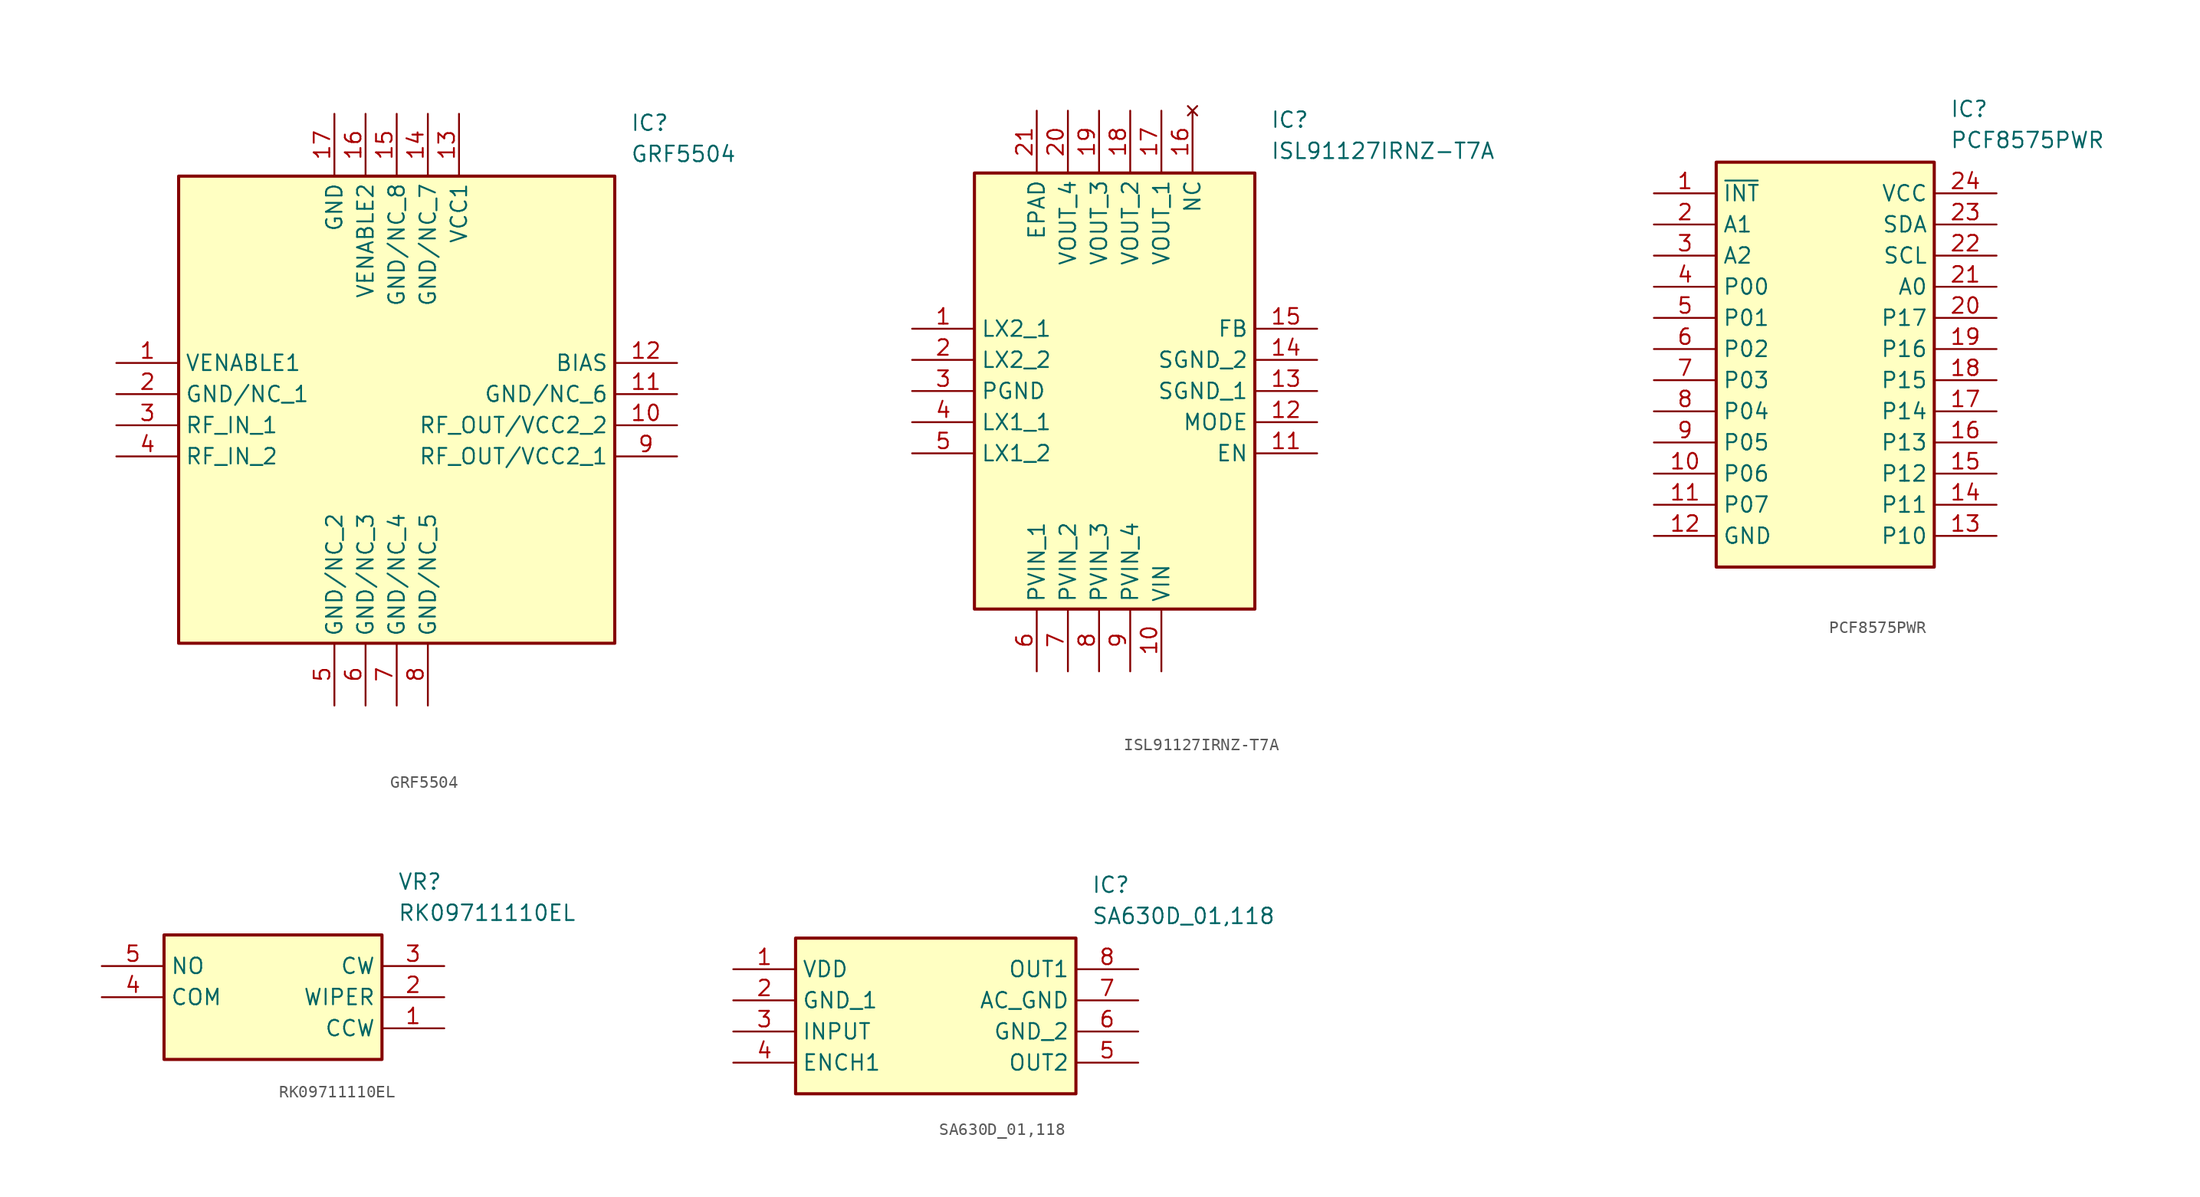
<source format=kicad_sym>
(kicad_symbol_lib
  (version 20231120)
  (generator "kicad_symbol_editor")
  (generator_version "8.0")
  (symbol "GRF5504"
    (property "Reference" "IC"
      (at 41.91 20.32 0)
      (effects (font (size 1.27 1.27)) (justify left top)))
    (property "Value" "GRF5504"
      (at 41.91 17.78 0)
      (effects (font (size 1.27 1.27)) (justify left top)))
    (symbol "GRF5504_1_1"
      (rectangle (start 5.08 15.24) (end 40.64 -22.86) (stroke (width 0.254) (type default)) (fill (type background)))
      (pin passive line (at 0 0 0) (length 5.08) (name "VENABLE1" (effects (font (size 1.27 1.27)))) (number "1" (effects (font (size 1.27 1.27)))))
      (pin passive line (at 45.72 -5.08 180) (length 5.08) (name "RF_OUT/VCC2_2" (effects (font (size 1.27 1.27)))) (number "10" (effects (font (size 1.27 1.27)))))
      (pin passive line (at 45.72 -2.54 180) (length 5.08) (name "GND/NC_6" (effects (font (size 1.27 1.27)))) (number "11" (effects (font (size 1.27 1.27)))))
      (pin passive line (at 45.72 0 180) (length 5.08) (name "BIAS" (effects (font (size 1.27 1.27)))) (number "12" (effects (font (size 1.27 1.27)))))
      (pin passive line (at 27.94 20.32 270) (length 5.08) (name "VCC1" (effects (font (size 1.27 1.27)))) (number "13" (effects (font (size 1.27 1.27)))))
      (pin passive line (at 25.4 20.32 270) (length 5.08) (name "GND/NC_7" (effects (font (size 1.27 1.27)))) (number "14" (effects (font (size 1.27 1.27)))))
      (pin passive line (at 22.86 20.32 270) (length 5.08) (name "GND/NC_8" (effects (font (size 1.27 1.27)))) (number "15" (effects (font (size 1.27 1.27)))))
      (pin passive line (at 20.32 20.32 270) (length 5.08) (name "VENABLE2" (effects (font (size 1.27 1.27)))) (number "16" (effects (font (size 1.27 1.27)))))
      (pin passive line (at 17.78 20.32 270) (length 5.08) (name "GND" (effects (font (size 1.27 1.27)))) (number "17" (effects (font (size 1.27 1.27)))))
      (pin passive line (at 0 -2.54 0) (length 5.08) (name "GND/NC_1" (effects (font (size 1.27 1.27)))) (number "2" (effects (font (size 1.27 1.27)))))
      (pin passive line (at 0 -5.08 0) (length 5.08) (name "RF_IN_1" (effects (font (size 1.27 1.27)))) (number "3" (effects (font (size 1.27 1.27)))))
      (pin passive line (at 0 -7.62 0) (length 5.08) (name "RF_IN_2" (effects (font (size 1.27 1.27)))) (number "4" (effects (font (size 1.27 1.27)))))
      (pin passive line (at 17.78 -27.94 90) (length 5.08) (name "GND/NC_2" (effects (font (size 1.27 1.27)))) (number "5" (effects (font (size 1.27 1.27)))))
      (pin passive line (at 20.32 -27.94 90) (length 5.08) (name "GND/NC_3" (effects (font (size 1.27 1.27)))) (number "6" (effects (font (size 1.27 1.27)))))
      (pin passive line (at 22.86 -27.94 90) (length 5.08) (name "GND/NC_4" (effects (font (size 1.27 1.27)))) (number "7" (effects (font (size 1.27 1.27)))))
      (pin passive line (at 25.4 -27.94 90) (length 5.08) (name "GND/NC_5" (effects (font (size 1.27 1.27)))) (number "8" (effects (font (size 1.27 1.27)))))
      (pin passive line (at 45.72 -7.62 180) (length 5.08) (name "RF_OUT/VCC2_1" (effects (font (size 1.27 1.27)))) (number "9" (effects (font (size 1.27 1.27)))))))
  (symbol "ISL91127IRNZ-T7A"
    (property "Reference" "IC"
      (at 29.21 17.78 0)
      (effects (font (size 1.27 1.27)) (justify left top)))
    (property "Value" "ISL91127IRNZ-T7A"
      (at 29.21 15.24 0)
      (effects (font (size 1.27 1.27)) (justify left top)))
    (symbol "ISL91127IRNZ-T7A_1_1"
      (rectangle (start 5.08 12.7) (end 27.94 -22.86) (stroke (width 0.254) (type default)) (fill (type background)))
      (pin passive line (at 0 0 0) (length 5.08) (name "LX2_1" (effects (font (size 1.27 1.27)))) (number "1" (effects (font (size 1.27 1.27)))))
      (pin passive line (at 20.32 -27.94 90) (length 5.08) (name "VIN" (effects (font (size 1.27 1.27)))) (number "10" (effects (font (size 1.27 1.27)))))
      (pin passive line (at 33.02 -10.16 180) (length 5.08) (name "EN" (effects (font (size 1.27 1.27)))) (number "11" (effects (font (size 1.27 1.27)))))
      (pin passive line (at 33.02 -7.62 180) (length 5.08) (name "MODE" (effects (font (size 1.27 1.27)))) (number "12" (effects (font (size 1.27 1.27)))))
      (pin passive line (at 33.02 -5.08 180) (length 5.08) (name "SGND_1" (effects (font (size 1.27 1.27)))) (number "13" (effects (font (size 1.27 1.27)))))
      (pin passive line (at 33.02 -2.54 180) (length 5.08) (name "SGND_2" (effects (font (size 1.27 1.27)))) (number "14" (effects (font (size 1.27 1.27)))))
      (pin passive line (at 33.02 0 180) (length 5.08) (name "FB" (effects (font (size 1.27 1.27)))) (number "15" (effects (font (size 1.27 1.27)))))
      (pin no_connect line (at 22.86 17.78 270) (length 5.08) (name "NC" (effects (font (size 1.27 1.27)))) (number "16" (effects (font (size 1.27 1.27)))))
      (pin passive line (at 20.32 17.78 270) (length 5.08) (name "VOUT_1" (effects (font (size 1.27 1.27)))) (number "17" (effects (font (size 1.27 1.27)))))
      (pin passive line (at 17.78 17.78 270) (length 5.08) (name "VOUT_2" (effects (font (size 1.27 1.27)))) (number "18" (effects (font (size 1.27 1.27)))))
      (pin passive line (at 15.24 17.78 270) (length 5.08) (name "VOUT_3" (effects (font (size 1.27 1.27)))) (number "19" (effects (font (size 1.27 1.27)))))
      (pin passive line (at 0 -2.54 0) (length 5.08) (name "LX2_2" (effects (font (size 1.27 1.27)))) (number "2" (effects (font (size 1.27 1.27)))))
      (pin passive line (at 12.7 17.78 270) (length 5.08) (name "VOUT_4" (effects (font (size 1.27 1.27)))) (number "20" (effects (font (size 1.27 1.27)))))
      (pin passive line (at 10.16 17.78 270) (length 5.08) (name "EPAD" (effects (font (size 1.27 1.27)))) (number "21" (effects (font (size 1.27 1.27)))))
      (pin passive line (at 0 -5.08 0) (length 5.08) (name "PGND" (effects (font (size 1.27 1.27)))) (number "3" (effects (font (size 1.27 1.27)))))
      (pin passive line (at 0 -7.62 0) (length 5.08) (name "LX1_1" (effects (font (size 1.27 1.27)))) (number "4" (effects (font (size 1.27 1.27)))))
      (pin passive line (at 0 -10.16 0) (length 5.08) (name "LX1_2" (effects (font (size 1.27 1.27)))) (number "5" (effects (font (size 1.27 1.27)))))
      (pin passive line (at 10.16 -27.94 90) (length 5.08) (name "PVIN_1" (effects (font (size 1.27 1.27)))) (number "6" (effects (font (size 1.27 1.27)))))
      (pin passive line (at 12.7 -27.94 90) (length 5.08) (name "PVIN_2" (effects (font (size 1.27 1.27)))) (number "7" (effects (font (size 1.27 1.27)))))
      (pin passive line (at 15.24 -27.94 90) (length 5.08) (name "PVIN_3" (effects (font (size 1.27 1.27)))) (number "8" (effects (font (size 1.27 1.27)))))
      (pin passive line (at 17.78 -27.94 90) (length 5.08) (name "PVIN_4" (effects (font (size 1.27 1.27)))) (number "9" (effects (font (size 1.27 1.27)))))))
  (symbol "PCF8575PWR"
    (property "Reference" "IC"
      (at 24.13 7.62 0)
      (effects (font (size 1.27 1.27)) (justify left top)))
    (property "Value" "PCF8575PWR"
      (at 24.13 5.08 0)
      (effects (font (size 1.27 1.27)) (justify left top)))
    (symbol "PCF8575PWR_1_1"
      (rectangle (start 5.08 2.54) (end 22.86 -30.48) (stroke (width 0.254) (type default)) (fill (type background)))
      (pin passive line (at 0 0 0) (length 5.08) (name "~{INT}" (effects (font (size 1.27 1.27)))) (number "1" (effects (font (size 1.27 1.27)))))
      (pin passive line (at 0 -22.86 0) (length 5.08) (name "P06" (effects (font (size 1.27 1.27)))) (number "10" (effects (font (size 1.27 1.27)))))
      (pin passive line (at 0 -25.4 0) (length 5.08) (name "P07" (effects (font (size 1.27 1.27)))) (number "11" (effects (font (size 1.27 1.27)))))
      (pin passive line (at 0 -27.94 0) (length 5.08) (name "GND" (effects (font (size 1.27 1.27)))) (number "12" (effects (font (size 1.27 1.27)))))
      (pin passive line (at 27.94 -27.94 180) (length 5.08) (name "P10" (effects (font (size 1.27 1.27)))) (number "13" (effects (font (size 1.27 1.27)))))
      (pin passive line (at 27.94 -25.4 180) (length 5.08) (name "P11" (effects (font (size 1.27 1.27)))) (number "14" (effects (font (size 1.27 1.27)))))
      (pin passive line (at 27.94 -22.86 180) (length 5.08) (name "P12" (effects (font (size 1.27 1.27)))) (number "15" (effects (font (size 1.27 1.27)))))
      (pin passive line (at 27.94 -20.32 180) (length 5.08) (name "P13" (effects (font (size 1.27 1.27)))) (number "16" (effects (font (size 1.27 1.27)))))
      (pin passive line (at 27.94 -17.78 180) (length 5.08) (name "P14" (effects (font (size 1.27 1.27)))) (number "17" (effects (font (size 1.27 1.27)))))
      (pin passive line (at 27.94 -15.24 180) (length 5.08) (name "P15" (effects (font (size 1.27 1.27)))) (number "18" (effects (font (size 1.27 1.27)))))
      (pin passive line (at 27.94 -12.7 180) (length 5.08) (name "P16" (effects (font (size 1.27 1.27)))) (number "19" (effects (font (size 1.27 1.27)))))
      (pin passive line (at 0 -2.54 0) (length 5.08) (name "A1" (effects (font (size 1.27 1.27)))) (number "2" (effects (font (size 1.27 1.27)))))
      (pin passive line (at 27.94 -10.16 180) (length 5.08) (name "P17" (effects (font (size 1.27 1.27)))) (number "20" (effects (font (size 1.27 1.27)))))
      (pin passive line (at 27.94 -7.62 180) (length 5.08) (name "A0" (effects (font (size 1.27 1.27)))) (number "21" (effects (font (size 1.27 1.27)))))
      (pin passive line (at 27.94 -5.08 180) (length 5.08) (name "SCL" (effects (font (size 1.27 1.27)))) (number "22" (effects (font (size 1.27 1.27)))))
      (pin passive line (at 27.94 -2.54 180) (length 5.08) (name "SDA" (effects (font (size 1.27 1.27)))) (number "23" (effects (font (size 1.27 1.27)))))
      (pin passive line (at 27.94 0 180) (length 5.08) (name "VCC" (effects (font (size 1.27 1.27)))) (number "24" (effects (font (size 1.27 1.27)))))
      (pin passive line (at 0 -5.08 0) (length 5.08) (name "A2" (effects (font (size 1.27 1.27)))) (number "3" (effects (font (size 1.27 1.27)))))
      (pin passive line (at 0 -7.62 0) (length 5.08) (name "P00" (effects (font (size 1.27 1.27)))) (number "4" (effects (font (size 1.27 1.27)))))
      (pin passive line (at 0 -10.16 0) (length 5.08) (name "P01" (effects (font (size 1.27 1.27)))) (number "5" (effects (font (size 1.27 1.27)))))
      (pin passive line (at 0 -12.7 0) (length 5.08) (name "P02" (effects (font (size 1.27 1.27)))) (number "6" (effects (font (size 1.27 1.27)))))
      (pin passive line (at 0 -15.24 0) (length 5.08) (name "P03" (effects (font (size 1.27 1.27)))) (number "7" (effects (font (size 1.27 1.27)))))
      (pin passive line (at 0 -17.78 0) (length 5.08) (name "P04" (effects (font (size 1.27 1.27)))) (number "8" (effects (font (size 1.27 1.27)))))
      (pin passive line (at 0 -20.32 0) (length 5.08) (name "P05" (effects (font (size 1.27 1.27)))) (number "9" (effects (font (size 1.27 1.27)))))))
  (symbol "RK09711110EL"
    (property "Reference" "VR"
      (at 24.13 7.62 0)
      (effects (font (size 1.27 1.27)) (justify left top)))
    (property "Value" "RK09711110EL"
      (at 24.13 5.08 0)
      (effects (font (size 1.27 1.27)) (justify left top)))
    (symbol "RK09711110EL_1_1"
      (rectangle (start 5.08 2.54) (end 22.86 -7.62) (stroke (width 0.254) (type default)) (fill (type background)))
      (pin passive line (at 27.94 -5.08 180) (length 5.08) (name "CCW" (effects (font (size 1.27 1.27)))) (number "1" (effects (font (size 1.27 1.27)))))
      (pin passive line (at 27.94 -2.54 180) (length 5.08) (name "WIPER" (effects (font (size 1.27 1.27)))) (number "2" (effects (font (size 1.27 1.27)))))
      (pin passive line (at 27.94 0 180) (length 5.08) (name "CW" (effects (font (size 1.27 1.27)))) (number "3" (effects (font (size 1.27 1.27)))))
      (pin passive line (at 0 -2.54 0) (length 5.08) (name "COM" (effects (font (size 1.27 1.27)))) (number "4" (effects (font (size 1.27 1.27)))))
      (pin passive line (at 0 0 0) (length 5.08) (name "NO" (effects (font (size 1.27 1.27)))) (number "5" (effects (font (size 1.27 1.27)))))))
  (symbol "SA630D_01,118"
    (property "Reference" "IC"
      (at 29.21 7.62 0)
      (effects (font (size 1.27 1.27)) (justify left top)))
    (property "Value" "SA630D_01,118"
      (at 29.21 5.08 0)
      (effects (font (size 1.27 1.27)) (justify left top)))
    (symbol "SA630D_01,118_1_1"
      (rectangle (start 5.08 2.54) (end 27.94 -10.16) (stroke (width 0.254) (type default)) (fill (type background)))
      (pin passive line (at 0 0 0) (length 5.08) (name "VDD" (effects (font (size 1.27 1.27)))) (number "1" (effects (font (size 1.27 1.27)))))
      (pin passive line (at 0 -2.54 0) (length 5.08) (name "GND_1" (effects (font (size 1.27 1.27)))) (number "2" (effects (font (size 1.27 1.27)))))
      (pin passive line (at 0 -5.08 0) (length 5.08) (name "INPUT" (effects (font (size 1.27 1.27)))) (number "3" (effects (font (size 1.27 1.27)))))
      (pin passive line (at 0 -7.62 0) (length 5.08) (name "ENCH1" (effects (font (size 1.27 1.27)))) (number "4" (effects (font (size 1.27 1.27)))))
      (pin passive line (at 33.02 -7.62 180) (length 5.08) (name "OUT2" (effects (font (size 1.27 1.27)))) (number "5" (effects (font (size 1.27 1.27)))))
      (pin passive line (at 33.02 -5.08 180) (length 5.08) (name "GND_2" (effects (font (size 1.27 1.27)))) (number "6" (effects (font (size 1.27 1.27)))))
      (pin passive line (at 33.02 -2.54 180) (length 5.08) (name "AC_GND" (effects (font (size 1.27 1.27)))) (number "7" (effects (font (size 1.27 1.27)))))
      (pin passive line (at 33.02 0 180) (length 5.08) (name "OUT1" (effects (font (size 1.27 1.27)))) (number "8" (effects (font (size 1.27 1.27))))))))
</source>
